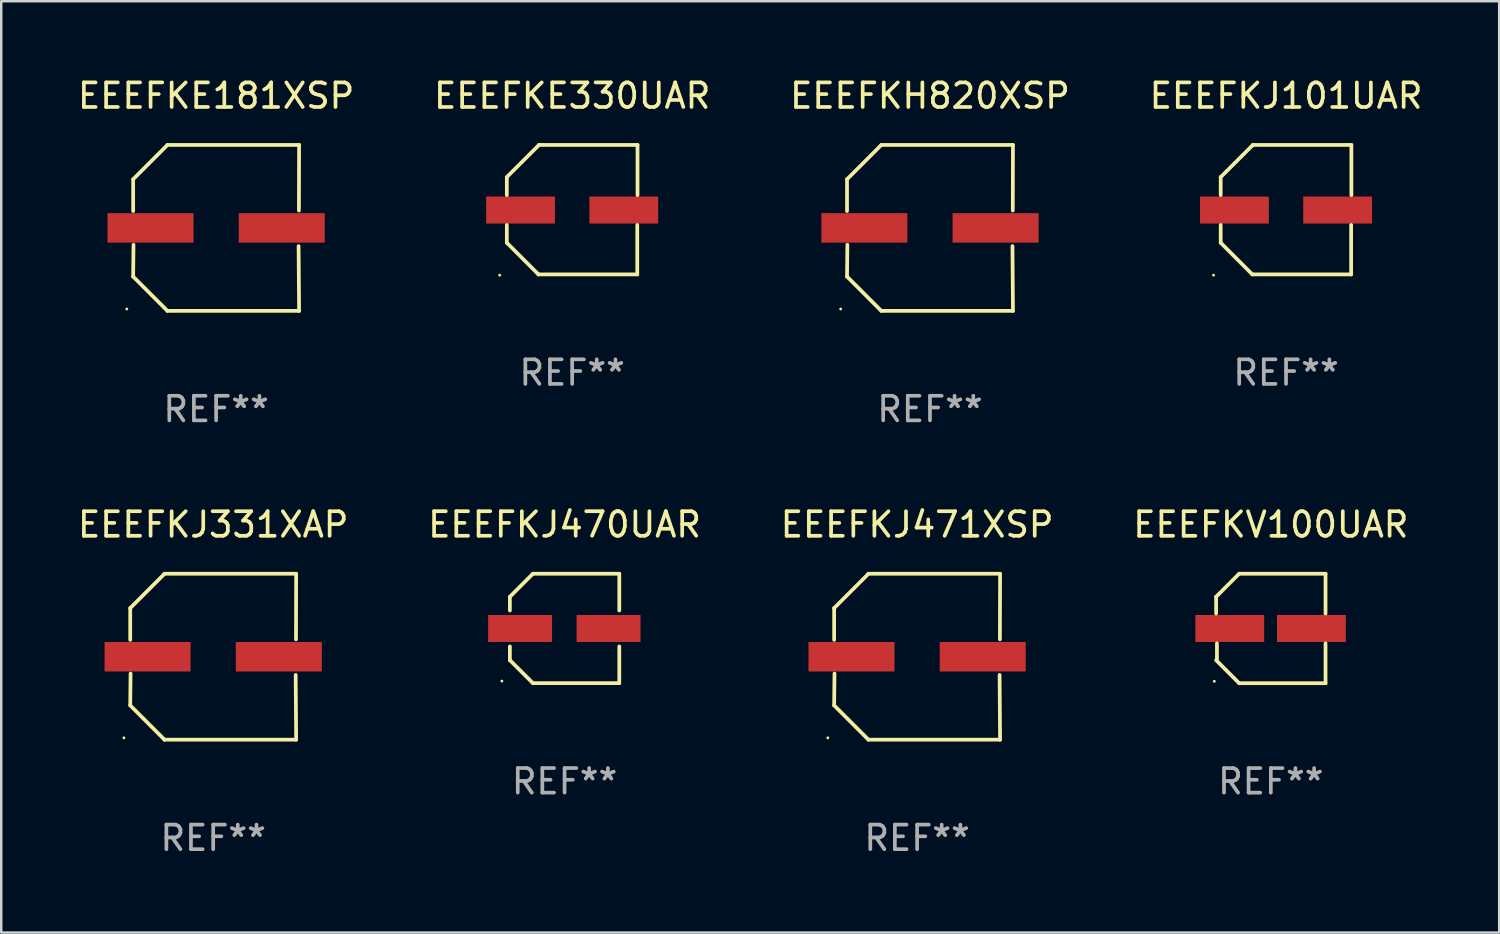
<source format=kicad_pcb>
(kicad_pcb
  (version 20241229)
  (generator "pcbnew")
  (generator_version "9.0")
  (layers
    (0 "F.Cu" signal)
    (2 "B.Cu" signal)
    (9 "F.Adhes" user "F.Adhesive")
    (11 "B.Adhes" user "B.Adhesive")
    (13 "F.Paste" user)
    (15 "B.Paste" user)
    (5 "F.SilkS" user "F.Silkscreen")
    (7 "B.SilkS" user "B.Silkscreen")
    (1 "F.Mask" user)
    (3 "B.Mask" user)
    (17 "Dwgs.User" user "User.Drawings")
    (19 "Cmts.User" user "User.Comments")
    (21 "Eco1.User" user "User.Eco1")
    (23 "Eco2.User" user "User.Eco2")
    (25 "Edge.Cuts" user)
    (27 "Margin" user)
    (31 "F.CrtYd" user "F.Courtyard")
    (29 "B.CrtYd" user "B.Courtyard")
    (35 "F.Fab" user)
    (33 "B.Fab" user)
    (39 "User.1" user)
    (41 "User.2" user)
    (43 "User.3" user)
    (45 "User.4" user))
  (footprint "EEEFKJ471XSP"
    (layer "F.Cu")
    (at 34.268 23.673)
    (property "Reference" "EEEFKJ471XSP" (at 0 -5.376 0) (layer "F.SilkS") (effects (font (size 1 1) (thickness 0.15))))
    (attr through_hole)
    (fp_line (start -3.376 -1.98) (end -3.376 -0.686) (stroke (width 0.152) (type solid)) (layer "F.SilkS"))
    (fp_line (start -3.376 1.981) (end -3.362 0.686) (stroke (width 0.152) (type solid)) (layer "F.SilkS"))
    (fp_line (start -1.981 3.376) (end -3.376 1.981) (stroke (width 0.152) (type solid)) (layer "F.SilkS"))
    (fp_line (start -1.98 -3.376) (end -3.376 -1.98) (stroke (width 0.152) (type solid)) (layer "F.SilkS"))
    (fp_line (start 3.356 0.74) (end 3.376 3.376) (stroke (width 0.152) (type solid)) (layer "F.SilkS"))
    (fp_line (start 3.369 -0.707) (end 3.376 -3.376) (stroke (width 0.152) (type solid)) (layer "F.SilkS"))
    (fp_line (start 3.376 3.376) (end -1.981 3.376) (stroke (width 0.152) (type solid)) (layer "F.SilkS"))
    (fp_line (start 3.376 -3.376) (end -1.98 -3.376) (stroke (width 0.152) (type solid)) (layer "F.SilkS"))
    (fp_circle (center -3.634 3.3) (end -3.604 3.3) (stroke (width 0.06) (type solid)) (fill no) (layer "F.SilkS"))
    (fp_text user "REF**" (at 0 7.376 0) (layer "F.Fab") (effects (font (size 1 1) (thickness 0.15))))
    (pad "1" smd rect (at -2.67 0.000254) (size 3.5 1.2) (layers "F.Cu" "F.Mask" "F.Paste"))
    (pad "2" smd rect (at 2.67 0.000254) (size 3.5 1.2) (layers "F.Cu" "F.Mask" "F.Paste")))
  (footprint "EEEFKJ101UAR"
    (layer "F.Cu")
    (at 49.28 5.482)
    (property "Reference" "EEEFKJ101UAR" (at 0 -4.634 0) (layer "F.SilkS") (effects (font (size 1 1) (thickness 0.15))))
    (attr through_hole)
    (fp_line (start -2.659 -1.326) (end -2.659 -0.592) (stroke (width 0.152) (type solid)) (layer "F.SilkS"))
    (fp_line (start -2.659 1.346) (end -2.659 0.622) (stroke (width 0.152) (type solid)) (layer "F.SilkS"))
    (fp_line (start -1.372 2.634) (end -2.659 1.346) (stroke (width 0.152) (type solid)) (layer "F.SilkS"))
    (fp_line (start -1.349 -2.634) (end -2.659 -1.326) (stroke (width 0.152) (type solid)) (layer "F.SilkS"))
    (fp_line (start 2.649 0.622) (end 2.649 2.634) (stroke (width 0.152) (type solid)) (layer "F.SilkS"))
    (fp_line (start 2.649 2.634) (end -1.372 2.634) (stroke (width 0.152) (type solid)) (layer "F.SilkS"))
    (fp_line (start 2.659 -2.634) (end -1.349 -2.634) (stroke (width 0.152) (type solid)) (layer "F.SilkS"))
    (fp_line (start 2.659 -0.592) (end 2.659 -2.634) (stroke (width 0.152) (type solid)) (layer "F.SilkS"))
    (fp_circle (center -2.95 2.665) (end -2.92 2.665) (stroke (width 0.06) (type solid)) (fill no) (layer "F.SilkS"))
    (fp_text user "REF**" (at 0 6.634 0) (layer "F.Fab") (effects (font (size 1 1) (thickness 0.15))))
    (pad "1" smd rect (at -2.1 0.015) (size 2.8 1.1) (layers "F.Cu" "F.Mask" "F.Paste"))
    (pad "2" smd rect (at 2.1 0.015) (size 2.8 1.1) (layers "F.Cu" "F.Mask" "F.Paste")))
  (footprint "EEEFKJ331XAP"
    (layer "F.Cu")
    (at 5.625 23.673)
    (property "Reference" "EEEFKJ331XAP" (at 0 -5.376 0) (layer "F.SilkS") (effects (font (size 1 1) (thickness 0.15))))
    (attr through_hole)
    (fp_line (start -3.376 -1.98) (end -3.376 -0.686) (stroke (width 0.152) (type solid)) (layer "F.SilkS"))
    (fp_line (start -3.376 1.981) (end -3.362 0.686) (stroke (width 0.152) (type solid)) (layer "F.SilkS"))
    (fp_line (start -1.981 3.376) (end -3.376 1.981) (stroke (width 0.152) (type solid)) (layer "F.SilkS"))
    (fp_line (start -1.98 -3.376) (end -3.376 -1.98) (stroke (width 0.152) (type solid)) (layer "F.SilkS"))
    (fp_line (start 3.356 0.74) (end 3.376 3.376) (stroke (width 0.152) (type solid)) (layer "F.SilkS"))
    (fp_line (start 3.369 -0.707) (end 3.376 -3.376) (stroke (width 0.152) (type solid)) (layer "F.SilkS"))
    (fp_line (start 3.376 3.376) (end -1.981 3.376) (stroke (width 0.152) (type solid)) (layer "F.SilkS"))
    (fp_line (start 3.376 -3.376) (end -1.98 -3.376) (stroke (width 0.152) (type solid)) (layer "F.SilkS"))
    (fp_circle (center -3.634 3.3) (end -3.604 3.3) (stroke (width 0.06) (type solid)) (fill no) (layer "F.SilkS"))
    (fp_text user "REF**" (at 0 7.376 0) (layer "F.Fab") (effects (font (size 1 1) (thickness 0.15))))
    (pad "1" smd rect (at -2.67 0.000254) (size 3.5 1.2) (layers "F.Cu" "F.Mask" "F.Paste"))
    (pad "2" smd rect (at 2.67 0.000254) (size 3.5 1.2) (layers "F.Cu" "F.Mask" "F.Paste")))
  (footprint "EEEFKE330UAR"
    (layer "F.Cu")
    (at 20.232 5.482)
    (property "Reference" "EEEFKE330UAR" (at 0 -4.634 0) (layer "F.SilkS") (effects (font (size 1 1) (thickness 0.15))))
    (attr through_hole)
    (fp_line (start -2.659 -1.326) (end -2.659 -0.592) (stroke (width 0.152) (type solid)) (layer "F.SilkS"))
    (fp_line (start -2.659 1.346) (end -2.659 0.622) (stroke (width 0.152) (type solid)) (layer "F.SilkS"))
    (fp_line (start -1.372 2.634) (end -2.659 1.346) (stroke (width 0.152) (type solid)) (layer "F.SilkS"))
    (fp_line (start -1.349 -2.634) (end -2.659 -1.326) (stroke (width 0.152) (type solid)) (layer "F.SilkS"))
    (fp_line (start 2.649 0.622) (end 2.649 2.634) (stroke (width 0.152) (type solid)) (layer "F.SilkS"))
    (fp_line (start 2.649 2.634) (end -1.372 2.634) (stroke (width 0.152) (type solid)) (layer "F.SilkS"))
    (fp_line (start 2.659 -2.634) (end -1.349 -2.634) (stroke (width 0.152) (type solid)) (layer "F.SilkS"))
    (fp_line (start 2.659 -0.592) (end 2.659 -2.634) (stroke (width 0.152) (type solid)) (layer "F.SilkS"))
    (fp_circle (center -2.95 2.665) (end -2.92 2.665) (stroke (width 0.06) (type solid)) (fill no) (layer "F.SilkS"))
    (fp_text user "REF**" (at 0 6.634 0) (layer "F.Fab") (effects (font (size 1 1) (thickness 0.15))))
    (pad "1" smd rect (at -2.1 0.015) (size 2.8 1.1) (layers "F.Cu" "F.Mask" "F.Paste"))
    (pad "2" smd rect (at 2.1 0.015) (size 2.8 1.1) (layers "F.Cu" "F.Mask" "F.Paste")))
  (footprint "EEEFKJ470UAR"
    (layer "F.Cu")
    (at 19.923 22.522)
    (property "Reference" "EEEFKJ470UAR" (at 0 -4.226 0) (layer "F.SilkS") (effects (font (size 1 1) (thickness 0.15))))
    (attr through_hole)
    (fp_line (start -2.226 -1.289) (end -2.226 -0.73) (stroke (width 0.152) (type solid)) (layer "F.SilkS"))
    (fp_line (start -2.226 0.731) (end -2.226 1.291) (stroke (width 0.152) (type solid)) (layer "F.SilkS"))
    (fp_line (start -2.226 1.291) (end -2.226 1.291) (stroke (width 0.152) (type solid)) (layer "F.SilkS"))
    (fp_line (start -1.29 -2.226) (end -2.226 -1.289) (stroke (width 0.152) (type solid)) (layer "F.SilkS"))
    (fp_line (start -1.289 2.226) (end -2.226 1.291) (stroke (width 0.152) (type solid)) (layer "F.SilkS"))
    (fp_line (start 2.226 -2.226) (end -1.29 -2.226) (stroke (width 0.152) (type solid)) (layer "F.SilkS"))
    (fp_line (start 2.226 -0.73) (end 2.226 -2.226) (stroke (width 0.152) (type solid)) (layer "F.SilkS"))
    (fp_line (start 2.226 2.226) (end -1.289 2.226) (stroke (width 0.152) (type solid)) (layer "F.SilkS"))
    (fp_line (start 2.226 2.226) (end 2.226 0.731) (stroke (width 0.152) (type solid)) (layer "F.SilkS"))
    (fp_circle (center -2.551 2.142) (end -2.521 2.142) (stroke (width 0.06) (type solid)) (fill no) (layer "F.SilkS"))
    (fp_text user "REF**" (at 0 6.226 0) (layer "F.Fab") (effects (font (size 1 1) (thickness 0.15))))
    (pad "1" smd rect (at -1.81 0.001) (size 2.6 1.1) (layers "F.Cu" "F.Mask" "F.Paste"))
    (pad "2" smd rect (at 1.79 0.001) (size 2.6 1.1) (layers "F.Cu" "F.Mask" "F.Paste")))
  (footprint "EEEFKH820XSP"
    (layer "F.Cu")
    (at 34.792 6.224)
    (property "Reference" "EEEFKH820XSP" (at 0 -5.376 0) (layer "F.SilkS") (effects (font (size 1 1) (thickness 0.15))))
    (attr through_hole)
    (fp_line (start -3.376 -1.98) (end -3.376 -0.686) (stroke (width 0.152) (type solid)) (layer "F.SilkS"))
    (fp_line (start -3.376 1.981) (end -3.362 0.686) (stroke (width 0.152) (type solid)) (layer "F.SilkS"))
    (fp_line (start -1.981 3.376) (end -3.376 1.981) (stroke (width 0.152) (type solid)) (layer "F.SilkS"))
    (fp_line (start -1.98 -3.376) (end -3.376 -1.98) (stroke (width 0.152) (type solid)) (layer "F.SilkS"))
    (fp_line (start 3.356 0.74) (end 3.376 3.376) (stroke (width 0.152) (type solid)) (layer "F.SilkS"))
    (fp_line (start 3.369 -0.707) (end 3.376 -3.376) (stroke (width 0.152) (type solid)) (layer "F.SilkS"))
    (fp_line (start 3.376 3.376) (end -1.981 3.376) (stroke (width 0.152) (type solid)) (layer "F.SilkS"))
    (fp_line (start 3.376 -3.376) (end -1.98 -3.376) (stroke (width 0.152) (type solid)) (layer "F.SilkS"))
    (fp_circle (center -3.634 3.3) (end -3.604 3.3) (stroke (width 0.06) (type solid)) (fill no) (layer "F.SilkS"))
    (fp_text user "REF**" (at 0 7.376 0) (layer "F.Fab") (effects (font (size 1 1) (thickness 0.15))))
    (pad "1" smd rect (at -2.67 0.000254) (size 3.5 1.2) (layers "F.Cu" "F.Mask" "F.Paste"))
    (pad "2" smd rect (at 2.67 0.000254) (size 3.5 1.2) (layers "F.Cu" "F.Mask" "F.Paste")))
  (footprint "EEEFKE181XSP"
    (layer "F.Cu")
    (at 5.744 6.224)
    (property "Reference" "EEEFKE181XSP" (at 0 -5.376 0) (layer "F.SilkS") (effects (font (size 1 1) (thickness 0.15))))
    (attr through_hole)
    (fp_line (start -3.376 -1.98) (end -3.376 -0.686) (stroke (width 0.152) (type solid)) (layer "F.SilkS"))
    (fp_line (start -3.376 1.981) (end -3.362 0.686) (stroke (width 0.152) (type solid)) (layer "F.SilkS"))
    (fp_line (start -1.981 3.376) (end -3.376 1.981) (stroke (width 0.152) (type solid)) (layer "F.SilkS"))
    (fp_line (start -1.98 -3.376) (end -3.376 -1.98) (stroke (width 0.152) (type solid)) (layer "F.SilkS"))
    (fp_line (start 3.356 0.74) (end 3.376 3.376) (stroke (width 0.152) (type solid)) (layer "F.SilkS"))
    (fp_line (start 3.369 -0.707) (end 3.376 -3.376) (stroke (width 0.152) (type solid)) (layer "F.SilkS"))
    (fp_line (start 3.376 3.376) (end -1.981 3.376) (stroke (width 0.152) (type solid)) (layer "F.SilkS"))
    (fp_line (start 3.376 -3.376) (end -1.98 -3.376) (stroke (width 0.152) (type solid)) (layer "F.SilkS"))
    (fp_circle (center -3.634 3.3) (end -3.604 3.3) (stroke (width 0.06) (type solid)) (fill no) (layer "F.SilkS"))
    (fp_text user "REF**" (at 0 7.376 0) (layer "F.Fab") (effects (font (size 1 1) (thickness 0.15))))
    (pad "1" smd rect (at -2.67 0.000254) (size 3.5 1.2) (layers "F.Cu" "F.Mask" "F.Paste"))
    (pad "2" smd rect (at 2.67 0.000254) (size 3.5 1.2) (layers "F.Cu" "F.Mask" "F.Paste")))
  (footprint "EEEFKV100UAR"
    (layer "F.Cu")
    (at 48.661 22.523)
    (property "Reference" "EEEFKV100UAR" (at 0 -4.226 0) (layer "F.SilkS") (effects (font (size 1 1) (thickness 0.15))))
    (attr through_hole)
    (fp_line (start -2.226 -1.29) (end -2.226 -0.607) (stroke (width 0.152) (type solid)) (layer "F.SilkS"))
    (fp_line (start -2.193 1.29) (end -2.193 0.607) (stroke (width 0.152) (type solid)) (layer "F.SilkS"))
    (fp_line (start -1.29 2.226) (end -2.226 1.29) (stroke (width 0.152) (type solid)) (layer "F.SilkS"))
    (fp_line (start -1.29 -2.226) (end -2.226 -1.29) (stroke (width 0.152) (type solid)) (layer "F.SilkS"))
    (fp_line (start 2.226 -2.226) (end -1.29 -2.226) (stroke (width 0.152) (type solid)) (layer "F.SilkS"))
    (fp_line (start 2.226 -0.607) (end 2.226 -2.226) (stroke (width 0.152) (type solid)) (layer "F.SilkS"))
    (fp_line (start 2.226 0.607) (end 2.226 2.226) (stroke (width 0.152) (type solid)) (layer "F.SilkS"))
    (fp_line (start 2.226 2.226) (end -1.29 2.226) (stroke (width 0.152) (type solid)) (layer "F.SilkS"))
    (fp_circle (center -2.3 2.15) (end -2.27 2.15) (stroke (width 0.06) (type solid)) (fill no) (layer "F.SilkS"))
    (fp_text user "REF**" (at 0 6.226 0) (layer "F.Fab") (effects (font (size 1 1) (thickness 0.15))))
    (pad "1" smd rect (at -1.67 -0.000025) (size 2.8 1.1) (layers "F.Cu" "F.Mask" "F.Paste"))
    (pad "2" smd rect (at 1.651 -0.000025) (size 2.8 1.1) (layers "F.Cu" "F.Mask" "F.Paste")))
  (gr_rect
    (start -3 -3)
    (end 57.952 34.897)
    (stroke (width 0.1) (type default))
    (fill no)
    (layer "Edge.Cuts")))
</source>
